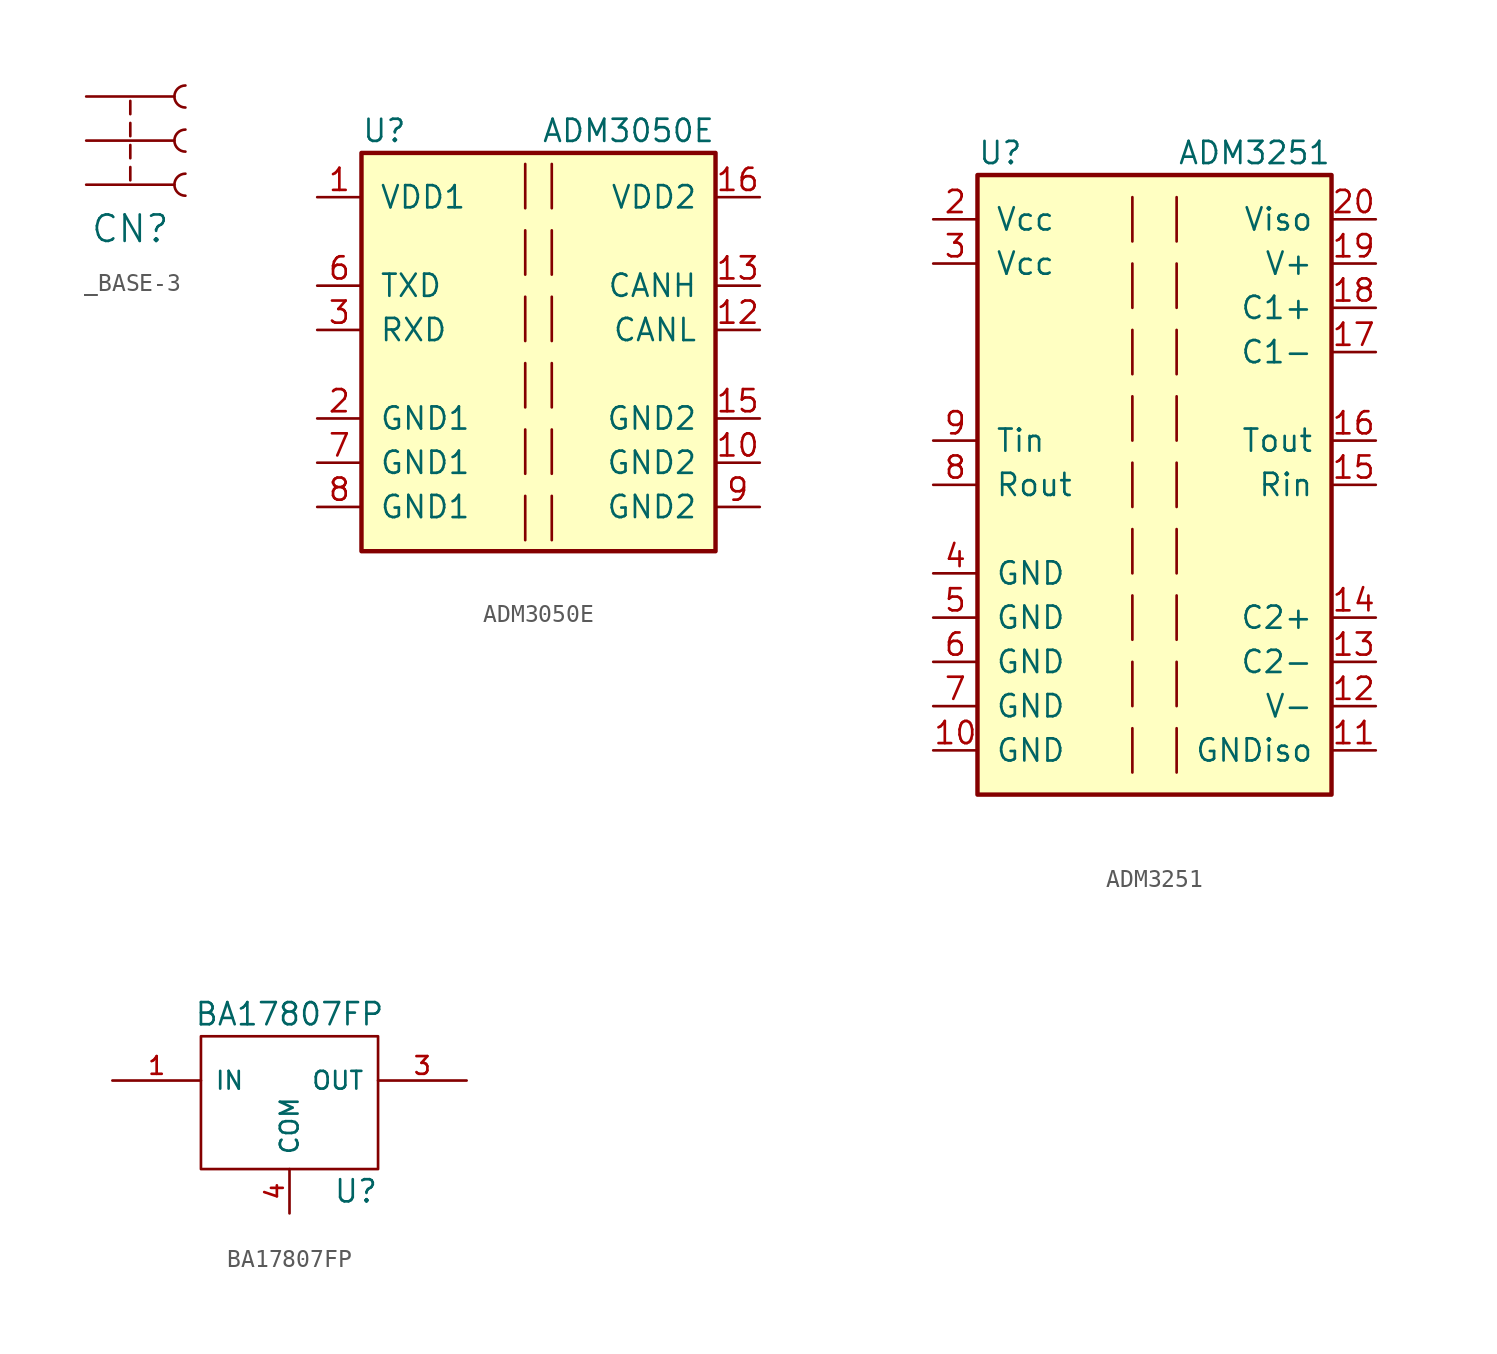
<source format=kicad_sym>
(kicad_symbol_lib
  (version 20220914)
  (generator kicad_symbol_editor)
  (symbol "_BASE-3"
    (pin_numbers hide)
    (pin_names
      (offset 0) hide)
    (property "Reference" "CN"
      (at 0 -5.08 0)
      (effects (font (size 1.524 1.524))))
    (property "Footprint" ""
      (at 1.905 0 0)
      (effects (font (size 1.524 1.524))))
    (property "Datasheet" ""
      (at 1.905 0 0)
      (effects (font (size 1.524 1.524))))
    (symbol "_BASE-3_0_1"
      (polyline (pts (xy 0 -1.524) (xy 0 -2.286)) (stroke (width 0) (type solid)) (fill (type none)))
      (polyline (pts (xy 0 -0.254) (xy 0 -1.016)) (stroke (width 0) (type solid)) (fill (type none)))
      (polyline (pts (xy 0 1.016) (xy 0 0.254)) (stroke (width 0) (type solid)) (fill (type none)))
      (polyline (pts (xy 0 2.286) (xy 0 1.524)) (stroke (width 0) (type solid)) (fill (type none)))
      (arc (start 3.175 -1.905) (mid 2.5427 -2.54) (end 3.175 -3.175) (stroke (width 0) (type solid)) (fill (type none)))
      (arc (start 3.175 0.635) (mid 2.5427 0) (end 3.175 -0.635) (stroke (width 0) (type solid)) (fill (type none)))
      (arc (start 3.175 3.175) (mid 2.5427 2.54) (end 3.175 1.905) (stroke (width 0) (type solid)) (fill (type none))))
    (symbol "_BASE-3_1_1"
      (pin bidirectional line (at -2.54 2.54 0) (length 5.08) (name "~" (effects (font (size 1.27 1.27)))) (number "1" (effects (font (size 1.27 1.27)))))
      (pin bidirectional line (at -2.54 0 0) (length 5.08) (name "~" (effects (font (size 1.27 1.27)))) (number "2" (effects (font (size 1.27 1.27)))))
      (pin bidirectional line (at -2.54 -2.54 0) (length 5.08) (name "~" (effects (font (size 1.27 1.27)))) (number "3" (effects (font (size 1.27 1.27)))))))
  (symbol "ADM3050E"
    (pin_names
      (offset 1.016))
    (property "Reference" "U"
      (at -10.16 11.43 0)
      (effects (font (size 1.27 1.27)) (justify left)))
    (property "Value" "ADM3050E"
      (at 10.16 11.43 0)
      (effects (font (size 1.27 1.27)) (justify right)))
    (symbol "ADM3050E_0_1"
      (rectangle (start -10.16 10.16) (end 10.16 -12.7) (stroke (width 0.254) (type solid)) (fill (type background)))
      (polyline (pts (xy -0.762 -9.525) (xy -0.762 -12.065)) (stroke (width 0) (type solid)) (fill (type none)))
      (polyline (pts (xy -0.762 -5.715) (xy -0.762 -8.255)) (stroke (width 0) (type solid)) (fill (type none)))
      (polyline (pts (xy -0.762 -1.905) (xy -0.762 -4.445)) (stroke (width 0) (type solid)) (fill (type none)))
      (polyline (pts (xy -0.762 1.905) (xy -0.762 -0.635)) (stroke (width 0) (type solid)) (fill (type none)))
      (polyline (pts (xy -0.762 5.715) (xy -0.762 3.175)) (stroke (width 0) (type solid)) (fill (type none)))
      (polyline (pts (xy -0.762 9.525) (xy -0.762 6.985)) (stroke (width 0) (type solid)) (fill (type none)))
      (polyline (pts (xy 0.762 -9.525) (xy 0.762 -12.065)) (stroke (width 0) (type solid)) (fill (type none)))
      (polyline (pts (xy 0.762 -5.715) (xy 0.762 -8.255)) (stroke (width 0) (type solid)) (fill (type none)))
      (polyline (pts (xy 0.762 -1.905) (xy 0.762 -4.445)) (stroke (width 0) (type solid)) (fill (type none)))
      (polyline (pts (xy 0.762 1.905) (xy 0.762 -0.635)) (stroke (width 0) (type solid)) (fill (type none)))
      (polyline (pts (xy 0.762 3.175) (xy 0.762 5.715)) (stroke (width 0) (type solid)) (fill (type none)))
      (polyline (pts (xy 0.762 6.985) (xy 0.762 9.525)) (stroke (width 0) (type solid)) (fill (type none))))
    (symbol "ADM3050E_1_1"
      (pin power_in line (at -12.7 7.62 0) (length 2.54) (name "VDD1" (effects (font (size 1.27 1.27)))) (number "1" (effects (font (size 1.27 1.27)))))
      (pin power_in line (at 12.7 -7.62 180) (length 2.54) (name "GND2" (effects (font (size 1.27 1.27)))) (number "10" (effects (font (size 1.27 1.27)))))
      (pin no_connect line (at 2.54 -12.7 90) (length 2.54) hide (name "NC" (effects (font (size 1.27 1.27)))) (number "11" (effects (font (size 1.27 1.27)))))
      (pin bidirectional line (at 12.7 0 180) (length 2.54) (name "CANL" (effects (font (size 1.27 1.27)))) (number "12" (effects (font (size 1.27 1.27)))))
      (pin bidirectional line (at 12.7 2.54 180) (length 2.54) (name "CANH" (effects (font (size 1.27 1.27)))) (number "13" (effects (font (size 1.27 1.27)))))
      (pin no_connect line (at 5.08 -12.7 90) (length 2.54) hide (name "NC" (effects (font (size 1.27 1.27)))) (number "14" (effects (font (size 1.27 1.27)))))
      (pin power_in line (at 12.7 -5.08 180) (length 2.54) (name "GND2" (effects (font (size 1.27 1.27)))) (number "15" (effects (font (size 1.27 1.27)))))
      (pin power_in line (at 12.7 7.62 180) (length 2.54) (name "VDD2" (effects (font (size 1.27 1.27)))) (number "16" (effects (font (size 1.27 1.27)))))
      (pin power_in line (at -12.7 -5.08 0) (length 2.54) (name "GND1" (effects (font (size 1.27 1.27)))) (number "2" (effects (font (size 1.27 1.27)))))
      (pin output line (at -12.7 0 0) (length 2.54) (name "RXD" (effects (font (size 1.27 1.27)))) (number "3" (effects (font (size 1.27 1.27)))))
      (pin no_connect line (at -5.08 -12.7 90) (length 2.54) hide (name "NC" (effects (font (size 1.27 1.27)))) (number "4" (effects (font (size 1.27 1.27)))))
      (pin no_connect line (at -2.54 -12.7 90) (length 2.54) hide (name "NC" (effects (font (size 1.27 1.27)))) (number "5" (effects (font (size 1.27 1.27)))))
      (pin input line (at -12.7 2.54 0) (length 2.54) (name "TXD" (effects (font (size 1.27 1.27)))) (number "6" (effects (font (size 1.27 1.27)))))
      (pin power_in line (at -12.7 -7.62 0) (length 2.54) (name "GND1" (effects (font (size 1.27 1.27)))) (number "7" (effects (font (size 1.27 1.27)))))
      (pin power_in line (at -12.7 -10.16 0) (length 2.54) (name "GND1" (effects (font (size 1.27 1.27)))) (number "8" (effects (font (size 1.27 1.27)))))
      (pin power_in line (at 12.7 -10.16 180) (length 2.54) (name "GND2" (effects (font (size 1.27 1.27)))) (number "9" (effects (font (size 1.27 1.27)))))))
  (symbol "ADM3251"
    (pin_names
      (offset 1.016))
    (property "Reference" "U"
      (at -10.16 19.05 0)
      (effects (font (size 1.27 1.27)) (justify left)))
    (property "Value" "ADM3251"
      (at 10.16 19.05 0)
      (effects (font (size 1.27 1.27)) (justify right)))
    (symbol "ADM3251_0_1"
      (rectangle (start -10.16 17.78) (end 10.16 -17.78) (stroke (width 0.254) (type solid)) (fill (type background)))
      (polyline (pts (xy -1.27 -13.97) (xy -1.27 -16.51)) (stroke (width 0) (type solid)) (fill (type none)))
      (polyline (pts (xy -1.27 -10.16) (xy -1.27 -12.7)) (stroke (width 0) (type solid)) (fill (type none)))
      (polyline (pts (xy -1.27 -6.35) (xy -1.27 -8.89)) (stroke (width 0) (type solid)) (fill (type none)))
      (polyline (pts (xy -1.27 -2.54) (xy -1.27 -5.08)) (stroke (width 0) (type solid)) (fill (type none)))
      (polyline (pts (xy -1.27 1.27) (xy -1.27 -1.27)) (stroke (width 0) (type solid)) (fill (type none)))
      (polyline (pts (xy -1.27 5.08) (xy -1.27 2.54)) (stroke (width 0) (type solid)) (fill (type none)))
      (polyline (pts (xy -1.27 8.89) (xy -1.27 6.35)) (stroke (width 0) (type solid)) (fill (type none)))
      (polyline (pts (xy -1.27 12.7) (xy -1.27 10.16)) (stroke (width 0) (type solid)) (fill (type none)))
      (polyline (pts (xy -1.27 16.51) (xy -1.27 13.97)) (stroke (width 0) (type solid)) (fill (type none)))
      (polyline (pts (xy 1.27 -13.97) (xy 1.27 -16.51)) (stroke (width 0) (type solid)) (fill (type none)))
      (polyline (pts (xy 1.27 -10.16) (xy 1.27 -12.7)) (stroke (width 0) (type solid)) (fill (type none)))
      (polyline (pts (xy 1.27 -6.35) (xy 1.27 -8.89)) (stroke (width 0) (type solid)) (fill (type none)))
      (polyline (pts (xy 1.27 -2.54) (xy 1.27 -5.08)) (stroke (width 0) (type solid)) (fill (type none)))
      (polyline (pts (xy 1.27 1.27) (xy 1.27 -1.27)) (stroke (width 0) (type solid)) (fill (type none)))
      (polyline (pts (xy 1.27 2.54) (xy 1.27 5.08)) (stroke (width 0) (type solid)) (fill (type none)))
      (polyline (pts (xy 1.27 6.35) (xy 1.27 8.89)) (stroke (width 0) (type solid)) (fill (type none)))
      (polyline (pts (xy 1.27 10.16) (xy 1.27 12.7)) (stroke (width 0) (type solid)) (fill (type none)))
      (polyline (pts (xy 1.27 13.97) (xy 1.27 16.51)) (stroke (width 0) (type solid)) (fill (type none))))
    (symbol "ADM3251_1_1"
      (pin no_connect line (at -12.7 10.16 0) (length 2.54) hide (name "NC" (effects (font (size 1.27 1.27)))) (number "1" (effects (font (size 1.27 1.27)))))
      (pin power_in line (at -12.7 -15.24 0) (length 2.54) (name "GND" (effects (font (size 1.27 1.27)))) (number "10" (effects (font (size 1.27 1.27)))))
      (pin power_in line (at 12.7 -15.24 180) (length 2.54) (name "GNDiso" (effects (font (size 1.27 1.27)))) (number "11" (effects (font (size 1.27 1.27)))))
      (pin power_out line (at 12.7 -12.7 180) (length 2.54) (name "V-" (effects (font (size 1.27 1.27)))) (number "12" (effects (font (size 1.27 1.27)))))
      (pin passive line (at 12.7 -10.16 180) (length 2.54) (name "C2-" (effects (font (size 1.27 1.27)))) (number "13" (effects (font (size 1.27 1.27)))))
      (pin passive line (at 12.7 -7.62 180) (length 2.54) (name "C2+" (effects (font (size 1.27 1.27)))) (number "14" (effects (font (size 1.27 1.27)))))
      (pin input line (at 12.7 0 180) (length 2.54) (name "Rin" (effects (font (size 1.27 1.27)))) (number "15" (effects (font (size 1.27 1.27)))))
      (pin output line (at 12.7 2.54 180) (length 2.54) (name "Tout" (effects (font (size 1.27 1.27)))) (number "16" (effects (font (size 1.27 1.27)))))
      (pin passive line (at 12.7 7.62 180) (length 2.54) (name "C1-" (effects (font (size 1.27 1.27)))) (number "17" (effects (font (size 1.27 1.27)))))
      (pin passive line (at 12.7 10.16 180) (length 2.54) (name "C1+" (effects (font (size 1.27 1.27)))) (number "18" (effects (font (size 1.27 1.27)))))
      (pin power_out line (at 12.7 12.7 180) (length 2.54) (name "V+" (effects (font (size 1.27 1.27)))) (number "19" (effects (font (size 1.27 1.27)))))
      (pin power_in line (at -12.7 15.24 0) (length 2.54) (name "Vcc" (effects (font (size 1.27 1.27)))) (number "2" (effects (font (size 1.27 1.27)))))
      (pin power_out line (at 12.7 15.24 180) (length 2.54) (name "Viso" (effects (font (size 1.27 1.27)))) (number "20" (effects (font (size 1.27 1.27)))))
      (pin power_in line (at -12.7 12.7 0) (length 2.54) (name "Vcc" (effects (font (size 1.27 1.27)))) (number "3" (effects (font (size 1.27 1.27)))))
      (pin power_in line (at -12.7 -5.08 0) (length 2.54) (name "GND" (effects (font (size 1.27 1.27)))) (number "4" (effects (font (size 1.27 1.27)))))
      (pin power_in line (at -12.7 -7.62 0) (length 2.54) (name "GND" (effects (font (size 1.27 1.27)))) (number "5" (effects (font (size 1.27 1.27)))))
      (pin power_in line (at -12.7 -10.16 0) (length 2.54) (name "GND" (effects (font (size 1.27 1.27)))) (number "6" (effects (font (size 1.27 1.27)))))
      (pin power_in line (at -12.7 -12.7 0) (length 2.54) (name "GND" (effects (font (size 1.27 1.27)))) (number "7" (effects (font (size 1.27 1.27)))))
      (pin output line (at -12.7 0 0) (length 2.54) (name "Rout" (effects (font (size 1.27 1.27)))) (number "8" (effects (font (size 1.27 1.27)))))
      (pin input line (at -12.7 2.54 0) (length 2.54) (name "Tin" (effects (font (size 1.27 1.27)))) (number "9" (effects (font (size 1.27 1.27)))))))
  (symbol "BA17807FP"
    (pin_names
      (offset 0.762))
    (property "Reference" "U"
      (at 3.81 -5.08 0)
      (effects (font (size 1.27 1.27))))
    (property "Value" "BA17807FP"
      (at 0 5.08 0)
      (effects (font (size 1.27 1.27))))
    (property "Footprint" ""
      (at 0 0 0)
      (effects (font (size 1.27 1.27))))
    (property "Datasheet" ""
      (at 0 0 0)
      (effects (font (size 1.27 1.27))))
    (symbol "BA17807FP_0_1"
      (rectangle (start -5.08 -3.81) (end 5.08 3.81) (stroke (width 0) (type solid)) (fill (type none))))
    (symbol "BA17807FP_1_1"
      (pin input line (at -10.16 1.27 0) (length 5.08) (name "IN" (effects (font (size 1.016 1.016)))) (number "1" (effects (font (size 1.016 1.016)))))
      (pin power_out line (at 10.16 1.27 180) (length 5.08) (name "OUT" (effects (font (size 1.016 1.016)))) (number "3" (effects (font (size 1.016 1.016)))))
      (pin input line (at 0 -6.35 90) (length 2.54) (name "COM" (effects (font (size 1.016 1.016)))) (number "4" (effects (font (size 1.016 1.016))))))))
</source>
